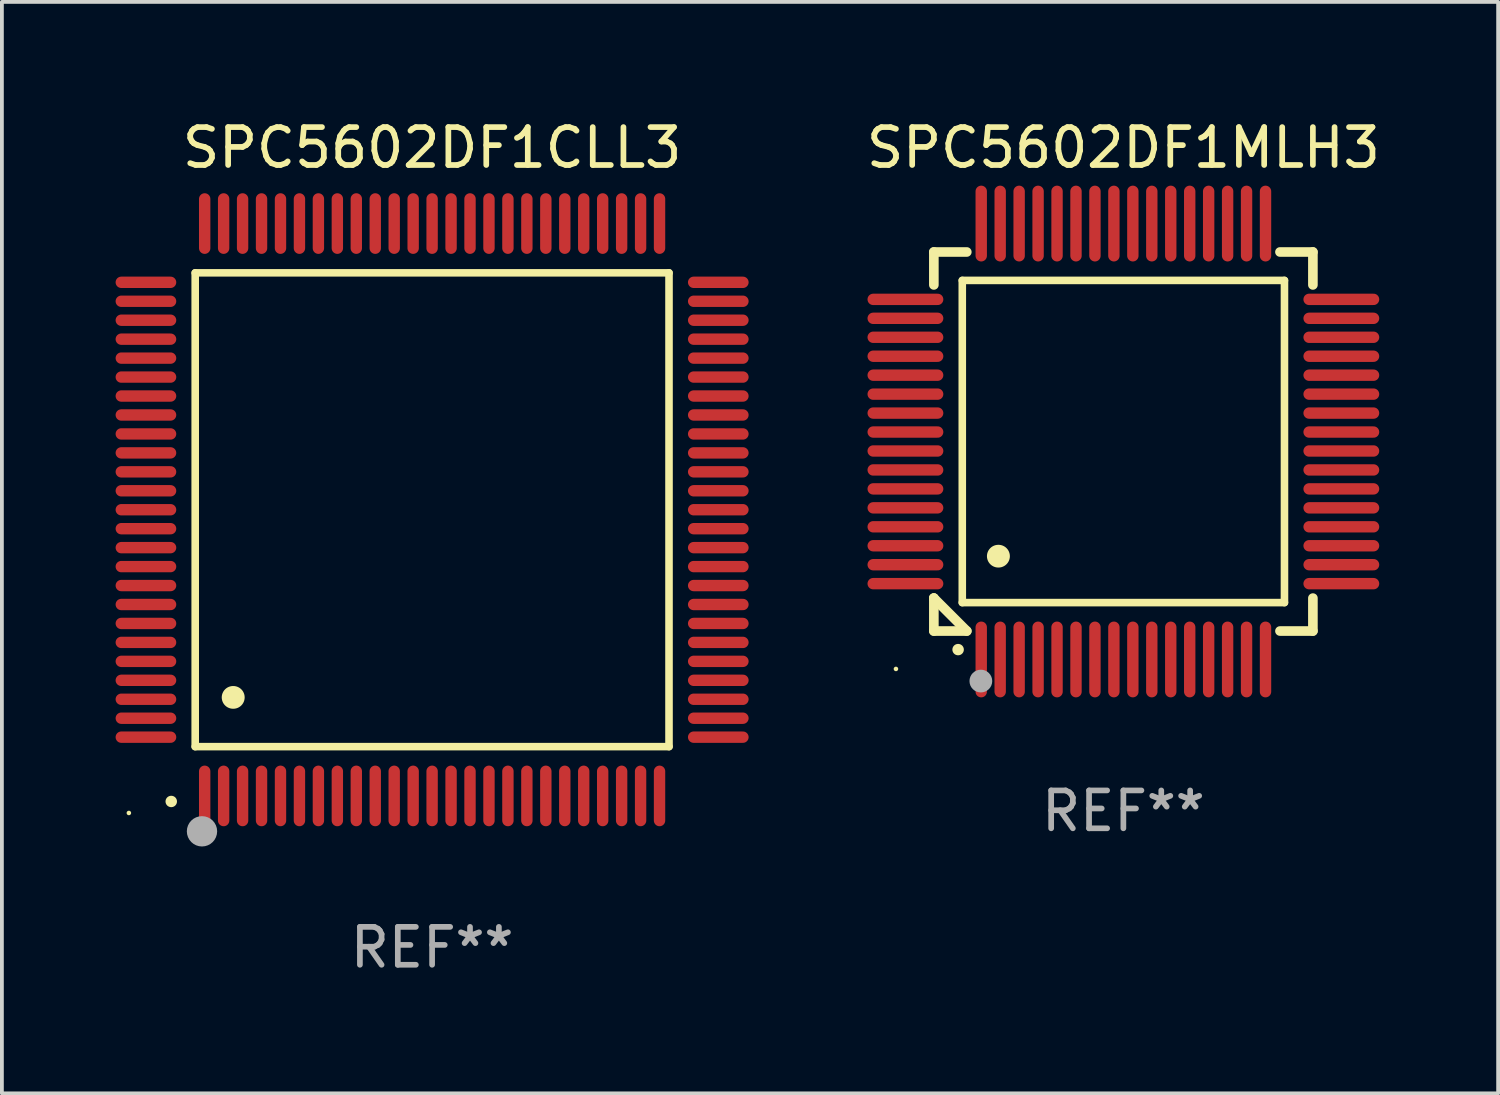
<source format=kicad_pcb>
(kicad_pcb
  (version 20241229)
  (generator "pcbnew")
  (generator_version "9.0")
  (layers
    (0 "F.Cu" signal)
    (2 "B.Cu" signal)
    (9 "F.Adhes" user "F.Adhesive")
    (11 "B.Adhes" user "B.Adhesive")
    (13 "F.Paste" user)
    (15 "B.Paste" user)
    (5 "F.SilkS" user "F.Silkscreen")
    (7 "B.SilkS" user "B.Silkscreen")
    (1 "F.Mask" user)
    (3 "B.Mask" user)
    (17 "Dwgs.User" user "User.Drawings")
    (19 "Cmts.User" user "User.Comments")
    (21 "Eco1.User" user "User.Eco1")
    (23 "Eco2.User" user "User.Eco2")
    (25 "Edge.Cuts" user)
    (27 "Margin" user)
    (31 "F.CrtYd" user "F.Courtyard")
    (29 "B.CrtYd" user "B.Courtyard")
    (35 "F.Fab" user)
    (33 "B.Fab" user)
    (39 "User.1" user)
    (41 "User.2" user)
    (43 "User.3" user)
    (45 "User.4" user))
  (footprint "SPC5602DF1MLH3"
    (layer "F.Cu")
    (at 26.587 8.598)
    (property "Reference" "SPC5602DF1MLH3" (at 0 -7.75 0) (layer "F.SilkS") (effects (font (size 1 1) (thickness 0.15))))
    (attr through_hole)
    (fp_line (start -5 -5) (end -4.131 -5) (stroke (width 0.254) (type solid)) (layer "F.SilkS"))
    (fp_line (start -5 -4.131) (end -5 -5) (stroke (width 0.254) (type solid)) (layer "F.SilkS"))
    (fp_line (start -5 4.131) (end -5 4.131) (stroke (width 0.254) (type solid)) (layer "F.SilkS"))
    (fp_line (start -5 5) (end -5 4.131) (stroke (width 0.254) (type solid)) (layer "F.SilkS"))
    (fp_line (start -5 4.131) (end -4.131 5) (stroke (width 0.254) (type solid)) (layer "F.SilkS"))
    (fp_line (start -4.25 -4.25) (end -4.25 4.25) (stroke (width 0.2) (type solid)) (layer "F.SilkS"))
    (fp_line (start -4.25 4.25) (end 4.25 4.25) (stroke (width 0.2) (type solid)) (layer "F.SilkS"))
    (fp_line (start -4.131 5) (end -5 5) (stroke (width 0.254) (type solid)) (layer "F.SilkS"))
    (fp_line (start 4.25 -4.25) (end -4.25 -4.25) (stroke (width 0.2) (type solid)) (layer "F.SilkS"))
    (fp_line (start 4.25 4.25) (end 4.25 -4.25) (stroke (width 0.2) (type solid)) (layer "F.SilkS"))
    (fp_line (start 5 -5) (end 4.131 -5) (stroke (width 0.254) (type solid)) (layer "F.SilkS"))
    (fp_line (start 5 -5) (end 5 -4.131) (stroke (width 0.254) (type solid)) (layer "F.SilkS"))
    (fp_line (start 5 4.131) (end 5 5) (stroke (width 0.254) (type solid)) (layer "F.SilkS"))
    (fp_line (start 5 5) (end 4.131 5) (stroke (width 0.254) (type solid)) (layer "F.SilkS"))
    (fp_arc (start -4.361265 5.489992) (mid -4.359995 5.489987) (end -4.358725 5.489992) (stroke (width 0.3) (type solid)) (layer "F.SilkS"))
    (fp_arc (start -3.299467 3.025146) (mid -3.296927 3.025135) (end -3.294387 3.025146) (stroke (width 0.6) (type solid)) (layer "F.SilkS"))
    (fp_circle (center -6 6) (end -5.97 6) (stroke (width 0.06) (type solid)) (fill no) (layer "F.SilkS"))
    (fp_circle (center -3.76 6.32) (end -3.61 6.32) (stroke (width 0.3) (type solid)) (fill no) (layer "F.Fab"))
    (fp_text user "REF**" (at 0 9.75 0) (layer "F.Fab") (effects (font (size 1 1) (thickness 0.15))))
    (pad "1" smd oval (at -3.75 5.75) (size 0.3 2) (layers "F.Cu" "F.Mask" "F.Paste"))
    (pad "2" smd oval (at -3.25 5.75) (size 0.3 2) (layers "F.Cu" "F.Mask" "F.Paste"))
    (pad "3" smd oval (at -2.75 5.75) (size 0.3 2) (layers "F.Cu" "F.Mask" "F.Paste"))
    (pad "4" smd oval (at -2.25 5.75) (size 0.3 2) (layers "F.Cu" "F.Mask" "F.Paste"))
    (pad "5" smd oval (at -1.75 5.75) (size 0.3 2) (layers "F.Cu" "F.Mask" "F.Paste"))
    (pad "6" smd oval (at -1.25 5.75) (size 0.3 2) (layers "F.Cu" "F.Mask" "F.Paste"))
    (pad "7" smd oval (at -0.75 5.75) (size 0.3 2) (layers "F.Cu" "F.Mask" "F.Paste"))
    (pad "8" smd oval (at -0.25 5.75) (size 0.3 2) (layers "F.Cu" "F.Mask" "F.Paste"))
    (pad "9" smd oval (at 0.25 5.75) (size 0.3 2) (layers "F.Cu" "F.Mask" "F.Paste"))
    (pad "10" smd oval (at 0.75 5.75) (size 0.3 2) (layers "F.Cu" "F.Mask" "F.Paste"))
    (pad "11" smd oval (at 1.25 5.75) (size 0.3 2) (layers "F.Cu" "F.Mask" "F.Paste"))
    (pad "12" smd oval (at 1.75 5.75) (size 0.3 2) (layers "F.Cu" "F.Mask" "F.Paste"))
    (pad "13" smd oval (at 2.25 5.75) (size 0.3 2) (layers "F.Cu" "F.Mask" "F.Paste"))
    (pad "14" smd oval (at 2.75 5.75) (size 0.3 2) (layers "F.Cu" "F.Mask" "F.Paste"))
    (pad "15" smd oval (at 3.25 5.75) (size 0.3 2) (layers "F.Cu" "F.Mask" "F.Paste"))
    (pad "16" smd oval (at 3.75 5.75) (size 0.3 2) (layers "F.Cu" "F.Mask" "F.Paste"))
    (pad "17" smd oval (at 5.75 3.75) (size 2 0.3) (layers "F.Cu" "F.Mask" "F.Paste"))
    (pad "18" smd oval (at 5.75 3.25) (size 2 0.3) (layers "F.Cu" "F.Mask" "F.Paste"))
    (pad "19" smd oval (at 5.75 2.75) (size 2 0.3) (layers "F.Cu" "F.Mask" "F.Paste"))
    (pad "20" smd oval (at 5.75 2.25) (size 2 0.3) (layers "F.Cu" "F.Mask" "F.Paste"))
    (pad "21" smd oval (at 5.75 1.75) (size 2 0.3) (layers "F.Cu" "F.Mask" "F.Paste"))
    (pad "22" smd oval (at 5.75 1.25) (size 2 0.3) (layers "F.Cu" "F.Mask" "F.Paste"))
    (pad "23" smd oval (at 5.75 0.75) (size 2 0.3) (layers "F.Cu" "F.Mask" "F.Paste"))
    (pad "24" smd oval (at 5.75 0.25) (size 2 0.3) (layers "F.Cu" "F.Mask" "F.Paste"))
    (pad "25" smd oval (at 5.75 -0.25) (size 2 0.3) (layers "F.Cu" "F.Mask" "F.Paste"))
    (pad "26" smd oval (at 5.75 -0.75) (size 2 0.3) (layers "F.Cu" "F.Mask" "F.Paste"))
    (pad "27" smd oval (at 5.75 -1.25) (size 2 0.3) (layers "F.Cu" "F.Mask" "F.Paste"))
    (pad "28" smd oval (at 5.75 -1.75) (size 2 0.3) (layers "F.Cu" "F.Mask" "F.Paste"))
    (pad "29" smd oval (at 5.75 -2.25) (size 2 0.3) (layers "F.Cu" "F.Mask" "F.Paste"))
    (pad "30" smd oval (at 5.75 -2.75) (size 2 0.3) (layers "F.Cu" "F.Mask" "F.Paste"))
    (pad "31" smd oval (at 5.75 -3.25) (size 2 0.3) (layers "F.Cu" "F.Mask" "F.Paste"))
    (pad "32" smd oval (at 5.75 -3.75) (size 2 0.3) (layers "F.Cu" "F.Mask" "F.Paste"))
    (pad "33" smd oval (at 3.75 -5.75) (size 0.3 2) (layers "F.Cu" "F.Mask" "F.Paste"))
    (pad "34" smd oval (at 3.25 -5.75) (size 0.3 2) (layers "F.Cu" "F.Mask" "F.Paste"))
    (pad "35" smd oval (at 2.75 -5.75) (size 0.3 2) (layers "F.Cu" "F.Mask" "F.Paste"))
    (pad "36" smd oval (at 2.25 -5.75) (size 0.3 2) (layers "F.Cu" "F.Mask" "F.Paste"))
    (pad "37" smd oval (at 1.75 -5.75) (size 0.3 2) (layers "F.Cu" "F.Mask" "F.Paste"))
    (pad "38" smd oval (at 1.25 -5.75) (size 0.3 2) (layers "F.Cu" "F.Mask" "F.Paste"))
    (pad "39" smd oval (at 0.75 -5.75) (size 0.3 2) (layers "F.Cu" "F.Mask" "F.Paste"))
    (pad "40" smd oval (at 0.25 -5.75) (size 0.3 2) (layers "F.Cu" "F.Mask" "F.Paste"))
    (pad "41" smd oval (at -0.25 -5.75) (size 0.3 2) (layers "F.Cu" "F.Mask" "F.Paste"))
    (pad "42" smd oval (at -0.75 -5.75) (size 0.3 2) (layers "F.Cu" "F.Mask" "F.Paste"))
    (pad "43" smd oval (at -1.25 -5.75) (size 0.3 2) (layers "F.Cu" "F.Mask" "F.Paste"))
    (pad "44" smd oval (at -1.75 -5.75) (size 0.3 2) (layers "F.Cu" "F.Mask" "F.Paste"))
    (pad "45" smd oval (at -2.25 -5.75) (size 0.3 2) (layers "F.Cu" "F.Mask" "F.Paste"))
    (pad "46" smd oval (at -2.75 -5.75) (size 0.3 2) (layers "F.Cu" "F.Mask" "F.Paste"))
    (pad "47" smd oval (at -3.25 -5.75) (size 0.3 2) (layers "F.Cu" "F.Mask" "F.Paste"))
    (pad "48" smd oval (at -3.75 -5.75) (size 0.3 2) (layers "F.Cu" "F.Mask" "F.Paste"))
    (pad "49" smd oval (at -5.75 -3.75) (size 2 0.3) (layers "F.Cu" "F.Mask" "F.Paste"))
    (pad "50" smd oval (at -5.75 -3.25) (size 2 0.3) (layers "F.Cu" "F.Mask" "F.Paste"))
    (pad "51" smd oval (at -5.75 -2.75) (size 2 0.3) (layers "F.Cu" "F.Mask" "F.Paste"))
    (pad "52" smd oval (at -5.75 -2.25) (size 2 0.3) (layers "F.Cu" "F.Mask" "F.Paste"))
    (pad "53" smd oval (at -5.75 -1.75) (size 2 0.3) (layers "F.Cu" "F.Mask" "F.Paste"))
    (pad "54" smd oval (at -5.75 -1.25) (size 2 0.3) (layers "F.Cu" "F.Mask" "F.Paste"))
    (pad "55" smd oval (at -5.75 -0.75) (size 2 0.3) (layers "F.Cu" "F.Mask" "F.Paste"))
    (pad "56" smd oval (at -5.75 -0.25) (size 2 0.3) (layers "F.Cu" "F.Mask" "F.Paste"))
    (pad "57" smd oval (at -5.75 0.25) (size 2 0.3) (layers "F.Cu" "F.Mask" "F.Paste"))
    (pad "58" smd oval (at -5.75 0.75) (size 2 0.3) (layers "F.Cu" "F.Mask" "F.Paste"))
    (pad "59" smd oval (at -5.75 1.25) (size 2 0.3) (layers "F.Cu" "F.Mask" "F.Paste"))
    (pad "60" smd oval (at -5.75 1.75) (size 2 0.3) (layers "F.Cu" "F.Mask" "F.Paste"))
    (pad "61" smd oval (at -5.75 2.25) (size 2 0.3) (layers "F.Cu" "F.Mask" "F.Paste"))
    (pad "62" smd oval (at -5.75 2.75) (size 2 0.3) (layers "F.Cu" "F.Mask" "F.Paste"))
    (pad "63" smd oval (at -5.75 3.25) (size 2 0.3) (layers "F.Cu" "F.Mask" "F.Paste"))
    (pad "64" smd oval (at -5.75 3.75) (size 2 0.3) (layers "F.Cu" "F.Mask" "F.Paste")))
  (footprint "SPC5602DF1CLL3"
    (layer "F.Cu")
    (at 8.35 10.398)
    (property "Reference" "SPC5602DF1CLL3" (at 0 -9.55 0) (layer "F.SilkS") (effects (font (size 1 1) (thickness 0.15))))
    (attr through_hole)
    (fp_line (start -6.25 -6.25) (end -6.25 6.25) (stroke (width 0.2) (type solid)) (layer "F.SilkS"))
    (fp_line (start -6.25 6.25) (end 6.25 6.25) (stroke (width 0.2) (type solid)) (layer "F.SilkS"))
    (fp_line (start 6.25 -6.25) (end -6.25 -6.25) (stroke (width 0.2) (type solid)) (layer "F.SilkS"))
    (fp_line (start 6.25 6.25) (end 6.25 -6.25) (stroke (width 0.2) (type solid)) (layer "F.SilkS"))
    (fp_arc (start -6.883414 7.696215) (mid -6.882144 7.69621) (end -6.880874 7.696215) (stroke (width 0.3) (type solid)) (layer "F.SilkS"))
    (fp_arc (start -5.250191 4.95047) (mid -5.247651 4.950459) (end -5.245111 4.95047) (stroke (width 0.6) (type solid)) (layer "F.SilkS"))
    (fp_circle (center -8 8) (end -7.97 8) (stroke (width 0.06) (type solid)) (fill no) (layer "F.SilkS"))
    (fp_circle (center -6.071 8.484) (end -5.871 8.484) (stroke (width 0.4) (type solid)) (fill no) (layer "F.Fab"))
    (fp_text user "REF**" (at 0 11.55 0) (layer "F.Fab") (effects (font (size 1 1) (thickness 0.15))))
    (pad "1" smd oval (at -6 7.55) (size 0.3 1.6) (layers "F.Cu" "F.Mask" "F.Paste"))
    (pad "2" smd oval (at -5.5 7.55) (size 0.3 1.6) (layers "F.Cu" "F.Mask" "F.Paste"))
    (pad "3" smd oval (at -5 7.55) (size 0.3 1.6) (layers "F.Cu" "F.Mask" "F.Paste"))
    (pad "4" smd oval (at -4.5 7.55) (size 0.3 1.6) (layers "F.Cu" "F.Mask" "F.Paste"))
    (pad "5" smd oval (at -4 7.55) (size 0.3 1.6) (layers "F.Cu" "F.Mask" "F.Paste"))
    (pad "6" smd oval (at -3.5 7.55) (size 0.3 1.6) (layers "F.Cu" "F.Mask" "F.Paste"))
    (pad "7" smd oval (at -3 7.55) (size 0.3 1.6) (layers "F.Cu" "F.Mask" "F.Paste"))
    (pad "8" smd oval (at -2.5 7.55) (size 0.3 1.6) (layers "F.Cu" "F.Mask" "F.Paste"))
    (pad "9" smd oval (at -2 7.55) (size 0.3 1.6) (layers "F.Cu" "F.Mask" "F.Paste"))
    (pad "10" smd oval (at -1.5 7.55) (size 0.3 1.6) (layers "F.Cu" "F.Mask" "F.Paste"))
    (pad "11" smd oval (at -1 7.55) (size 0.3 1.6) (layers "F.Cu" "F.Mask" "F.Paste"))
    (pad "12" smd oval (at -0.5 7.55) (size 0.3 1.6) (layers "F.Cu" "F.Mask" "F.Paste"))
    (pad "13" smd oval (at 0 7.55) (size 0.3 1.6) (layers "F.Cu" "F.Mask" "F.Paste"))
    (pad "14" smd oval (at 0.5 7.55) (size 0.3 1.6) (layers "F.Cu" "F.Mask" "F.Paste"))
    (pad "15" smd oval (at 1 7.55) (size 0.3 1.6) (layers "F.Cu" "F.Mask" "F.Paste"))
    (pad "16" smd oval (at 1.5 7.55) (size 0.3 1.6) (layers "F.Cu" "F.Mask" "F.Paste"))
    (pad "17" smd oval (at 2 7.55) (size 0.3 1.6) (layers "F.Cu" "F.Mask" "F.Paste"))
    (pad "18" smd oval (at 2.5 7.55) (size 0.3 1.6) (layers "F.Cu" "F.Mask" "F.Paste"))
    (pad "19" smd oval (at 3 7.55) (size 0.3 1.6) (layers "F.Cu" "F.Mask" "F.Paste"))
    (pad "20" smd oval (at 3.5 7.55) (size 0.3 1.6) (layers "F.Cu" "F.Mask" "F.Paste"))
    (pad "21" smd oval (at 4 7.55) (size 0.3 1.6) (layers "F.Cu" "F.Mask" "F.Paste"))
    (pad "22" smd oval (at 4.5 7.55) (size 0.3 1.6) (layers "F.Cu" "F.Mask" "F.Paste"))
    (pad "23" smd oval (at 5 7.55) (size 0.3 1.6) (layers "F.Cu" "F.Mask" "F.Paste"))
    (pad "24" smd oval (at 5.5 7.55) (size 0.3 1.6) (layers "F.Cu" "F.Mask" "F.Paste"))
    (pad "25" smd oval (at 6 7.55) (size 0.3 1.6) (layers "F.Cu" "F.Mask" "F.Paste"))
    (pad "26" smd oval (at 7.55 6) (size 1.6 0.3) (layers "F.Cu" "F.Mask" "F.Paste"))
    (pad "27" smd oval (at 7.55 5.5) (size 1.6 0.3) (layers "F.Cu" "F.Mask" "F.Paste"))
    (pad "28" smd oval (at 7.55 5) (size 1.6 0.3) (layers "F.Cu" "F.Mask" "F.Paste"))
    (pad "29" smd oval (at 7.55 4.5) (size 1.6 0.3) (layers "F.Cu" "F.Mask" "F.Paste"))
    (pad "30" smd oval (at 7.55 4) (size 1.6 0.3) (layers "F.Cu" "F.Mask" "F.Paste"))
    (pad "31" smd oval (at 7.55 3.5) (size 1.6 0.3) (layers "F.Cu" "F.Mask" "F.Paste"))
    (pad "32" smd oval (at 7.55 3) (size 1.6 0.3) (layers "F.Cu" "F.Mask" "F.Paste"))
    (pad "33" smd oval (at 7.55 2.5) (size 1.6 0.3) (layers "F.Cu" "F.Mask" "F.Paste"))
    (pad "34" smd oval (at 7.55 2) (size 1.6 0.3) (layers "F.Cu" "F.Mask" "F.Paste"))
    (pad "35" smd oval (at 7.55 1.5) (size 1.6 0.3) (layers "F.Cu" "F.Mask" "F.Paste"))
    (pad "36" smd oval (at 7.55 1) (size 1.6 0.3) (layers "F.Cu" "F.Mask" "F.Paste"))
    (pad "37" smd oval (at 7.55 0.5) (size 1.6 0.3) (layers "F.Cu" "F.Mask" "F.Paste"))
    (pad "38" smd oval (at 7.55 0) (size 1.6 0.3) (layers "F.Cu" "F.Mask" "F.Paste"))
    (pad "39" smd oval (at 7.55 -0.5) (size 1.6 0.3) (layers "F.Cu" "F.Mask" "F.Paste"))
    (pad "40" smd oval (at 7.55 -1) (size 1.6 0.3) (layers "F.Cu" "F.Mask" "F.Paste"))
    (pad "41" smd oval (at 7.55 -1.5) (size 1.6 0.3) (layers "F.Cu" "F.Mask" "F.Paste"))
    (pad "42" smd oval (at 7.55 -2) (size 1.6 0.3) (layers "F.Cu" "F.Mask" "F.Paste"))
    (pad "43" smd oval (at 7.55 -2.5) (size 1.6 0.3) (layers "F.Cu" "F.Mask" "F.Paste"))
    (pad "44" smd oval (at 7.55 -3) (size 1.6 0.3) (layers "F.Cu" "F.Mask" "F.Paste"))
    (pad "45" smd oval (at 7.55 -3.5) (size 1.6 0.3) (layers "F.Cu" "F.Mask" "F.Paste"))
    (pad "46" smd oval (at 7.55 -4) (size 1.6 0.3) (layers "F.Cu" "F.Mask" "F.Paste"))
    (pad "47" smd oval (at 7.55 -4.5) (size 1.6 0.3) (layers "F.Cu" "F.Mask" "F.Paste"))
    (pad "48" smd oval (at 7.55 -5) (size 1.6 0.3) (layers "F.Cu" "F.Mask" "F.Paste"))
    (pad "49" smd oval (at 7.55 -5.5) (size 1.6 0.3) (layers "F.Cu" "F.Mask" "F.Paste"))
    (pad "50" smd oval (at 7.55 -6) (size 1.6 0.3) (layers "F.Cu" "F.Mask" "F.Paste"))
    (pad "51" smd oval (at 6 -7.55) (size 0.3 1.6) (layers "F.Cu" "F.Mask" "F.Paste"))
    (pad "52" smd oval (at 5.5 -7.55) (size 0.3 1.6) (layers "F.Cu" "F.Mask" "F.Paste"))
    (pad "53" smd oval (at 5 -7.55) (size 0.3 1.6) (layers "F.Cu" "F.Mask" "F.Paste"))
    (pad "54" smd oval (at 4.5 -7.55) (size 0.3 1.6) (layers "F.Cu" "F.Mask" "F.Paste"))
    (pad "55" smd oval (at 4 -7.55) (size 0.3 1.6) (layers "F.Cu" "F.Mask" "F.Paste"))
    (pad "56" smd oval (at 3.5 -7.55) (size 0.3 1.6) (layers "F.Cu" "F.Mask" "F.Paste"))
    (pad "57" smd oval (at 3 -7.55) (size 0.3 1.6) (layers "F.Cu" "F.Mask" "F.Paste"))
    (pad "58" smd oval (at 2.5 -7.55) (size 0.3 1.6) (layers "F.Cu" "F.Mask" "F.Paste"))
    (pad "59" smd oval (at 2 -7.55) (size 0.3 1.6) (layers "F.Cu" "F.Mask" "F.Paste"))
    (pad "60" smd oval (at 1.5 -7.55) (size 0.3 1.6) (layers "F.Cu" "F.Mask" "F.Paste"))
    (pad "61" smd oval (at 1 -7.55) (size 0.3 1.6) (layers "F.Cu" "F.Mask" "F.Paste"))
    (pad "62" smd oval (at 0.5 -7.55) (size 0.3 1.6) (layers "F.Cu" "F.Mask" "F.Paste"))
    (pad "63" smd oval (at 0 -7.55) (size 0.3 1.6) (layers "F.Cu" "F.Mask" "F.Paste"))
    (pad "64" smd oval (at -0.5 -7.55) (size 0.3 1.6) (layers "F.Cu" "F.Mask" "F.Paste"))
    (pad "65" smd oval (at -1 -7.55) (size 0.3 1.6) (layers "F.Cu" "F.Mask" "F.Paste"))
    (pad "66" smd oval (at -1.5 -7.55) (size 0.3 1.6) (layers "F.Cu" "F.Mask" "F.Paste"))
    (pad "67" smd oval (at -2 -7.55) (size 0.3 1.6) (layers "F.Cu" "F.Mask" "F.Paste"))
    (pad "68" smd oval (at -2.5 -7.55) (size 0.3 1.6) (layers "F.Cu" "F.Mask" "F.Paste"))
    (pad "69" smd oval (at -3 -7.55) (size 0.3 1.6) (layers "F.Cu" "F.Mask" "F.Paste"))
    (pad "70" smd oval (at -3.5 -7.55) (size 0.3 1.6) (layers "F.Cu" "F.Mask" "F.Paste"))
    (pad "71" smd oval (at -4 -7.55) (size 0.3 1.6) (layers "F.Cu" "F.Mask" "F.Paste"))
    (pad "72" smd oval (at -4.5 -7.55) (size 0.3 1.6) (layers "F.Cu" "F.Mask" "F.Paste"))
    (pad "73" smd oval (at -5 -7.55) (size 0.3 1.6) (layers "F.Cu" "F.Mask" "F.Paste"))
    (pad "74" smd oval (at -5.5 -7.55) (size 0.3 1.6) (layers "F.Cu" "F.Mask" "F.Paste"))
    (pad "75" smd oval (at -6 -7.55) (size 0.3 1.6) (layers "F.Cu" "F.Mask" "F.Paste"))
    (pad "76" smd oval (at -7.55 -6) (size 1.6 0.3) (layers "F.Cu" "F.Mask" "F.Paste"))
    (pad "77" smd oval (at -7.55 -5.5) (size 1.6 0.3) (layers "F.Cu" "F.Mask" "F.Paste"))
    (pad "78" smd oval (at -7.55 -5) (size 1.6 0.3) (layers "F.Cu" "F.Mask" "F.Paste"))
    (pad "79" smd oval (at -7.55 -4.5) (size 1.6 0.3) (layers "F.Cu" "F.Mask" "F.Paste"))
    (pad "80" smd oval (at -7.55 -4) (size 1.6 0.3) (layers "F.Cu" "F.Mask" "F.Paste"))
    (pad "81" smd oval (at -7.55 -3.5) (size 1.6 0.3) (layers "F.Cu" "F.Mask" "F.Paste"))
    (pad "82" smd oval (at -7.55 -3) (size 1.6 0.3) (layers "F.Cu" "F.Mask" "F.Paste"))
    (pad "83" smd oval (at -7.55 -2.5) (size 1.6 0.3) (layers "F.Cu" "F.Mask" "F.Paste"))
    (pad "84" smd oval (at -7.55 -2) (size 1.6 0.3) (layers "F.Cu" "F.Mask" "F.Paste"))
    (pad "85" smd oval (at -7.55 -1.5) (size 1.6 0.3) (layers "F.Cu" "F.Mask" "F.Paste"))
    (pad "86" smd oval (at -7.55 -1) (size 1.6 0.3) (layers "F.Cu" "F.Mask" "F.Paste"))
    (pad "87" smd oval (at -7.55 -0.5) (size 1.6 0.3) (layers "F.Cu" "F.Mask" "F.Paste"))
    (pad "88" smd oval (at -7.55 0) (size 1.6 0.3) (layers "F.Cu" "F.Mask" "F.Paste"))
    (pad "89" smd oval (at -7.55 0.5) (size 1.6 0.3) (layers "F.Cu" "F.Mask" "F.Paste"))
    (pad "90" smd oval (at -7.55 1) (size 1.6 0.3) (layers "F.Cu" "F.Mask" "F.Paste"))
    (pad "91" smd oval (at -7.55 1.5) (size 1.6 0.3) (layers "F.Cu" "F.Mask" "F.Paste"))
    (pad "92" smd oval (at -7.55 2) (size 1.6 0.3) (layers "F.Cu" "F.Mask" "F.Paste"))
    (pad "93" smd oval (at -7.55 2.5) (size 1.6 0.3) (layers "F.Cu" "F.Mask" "F.Paste"))
    (pad "94" smd oval (at -7.55 3) (size 1.6 0.3) (layers "F.Cu" "F.Mask" "F.Paste"))
    (pad "95" smd oval (at -7.55 3.5) (size 1.6 0.3) (layers "F.Cu" "F.Mask" "F.Paste"))
    (pad "96" smd oval (at -7.55 4) (size 1.6 0.3) (layers "F.Cu" "F.Mask" "F.Paste"))
    (pad "97" smd oval (at -7.55 4.5) (size 1.6 0.3) (layers "F.Cu" "F.Mask" "F.Paste"))
    (pad "98" smd oval (at -7.55 5) (size 1.6 0.3) (layers "F.Cu" "F.Mask" "F.Paste"))
    (pad "99" smd oval (at -7.55 5.5) (size 1.6 0.3) (layers "F.Cu" "F.Mask" "F.Paste"))
    (pad "100" smd oval (at -7.55 6) (size 1.6 0.3) (layers "F.Cu" "F.Mask" "F.Paste")))
  (gr_rect
    (start -3 -3)
    (end 36.474 25.796)
    (stroke (width 0.1) (type default))
    (fill no)
    (layer "Edge.Cuts")))
</source>
